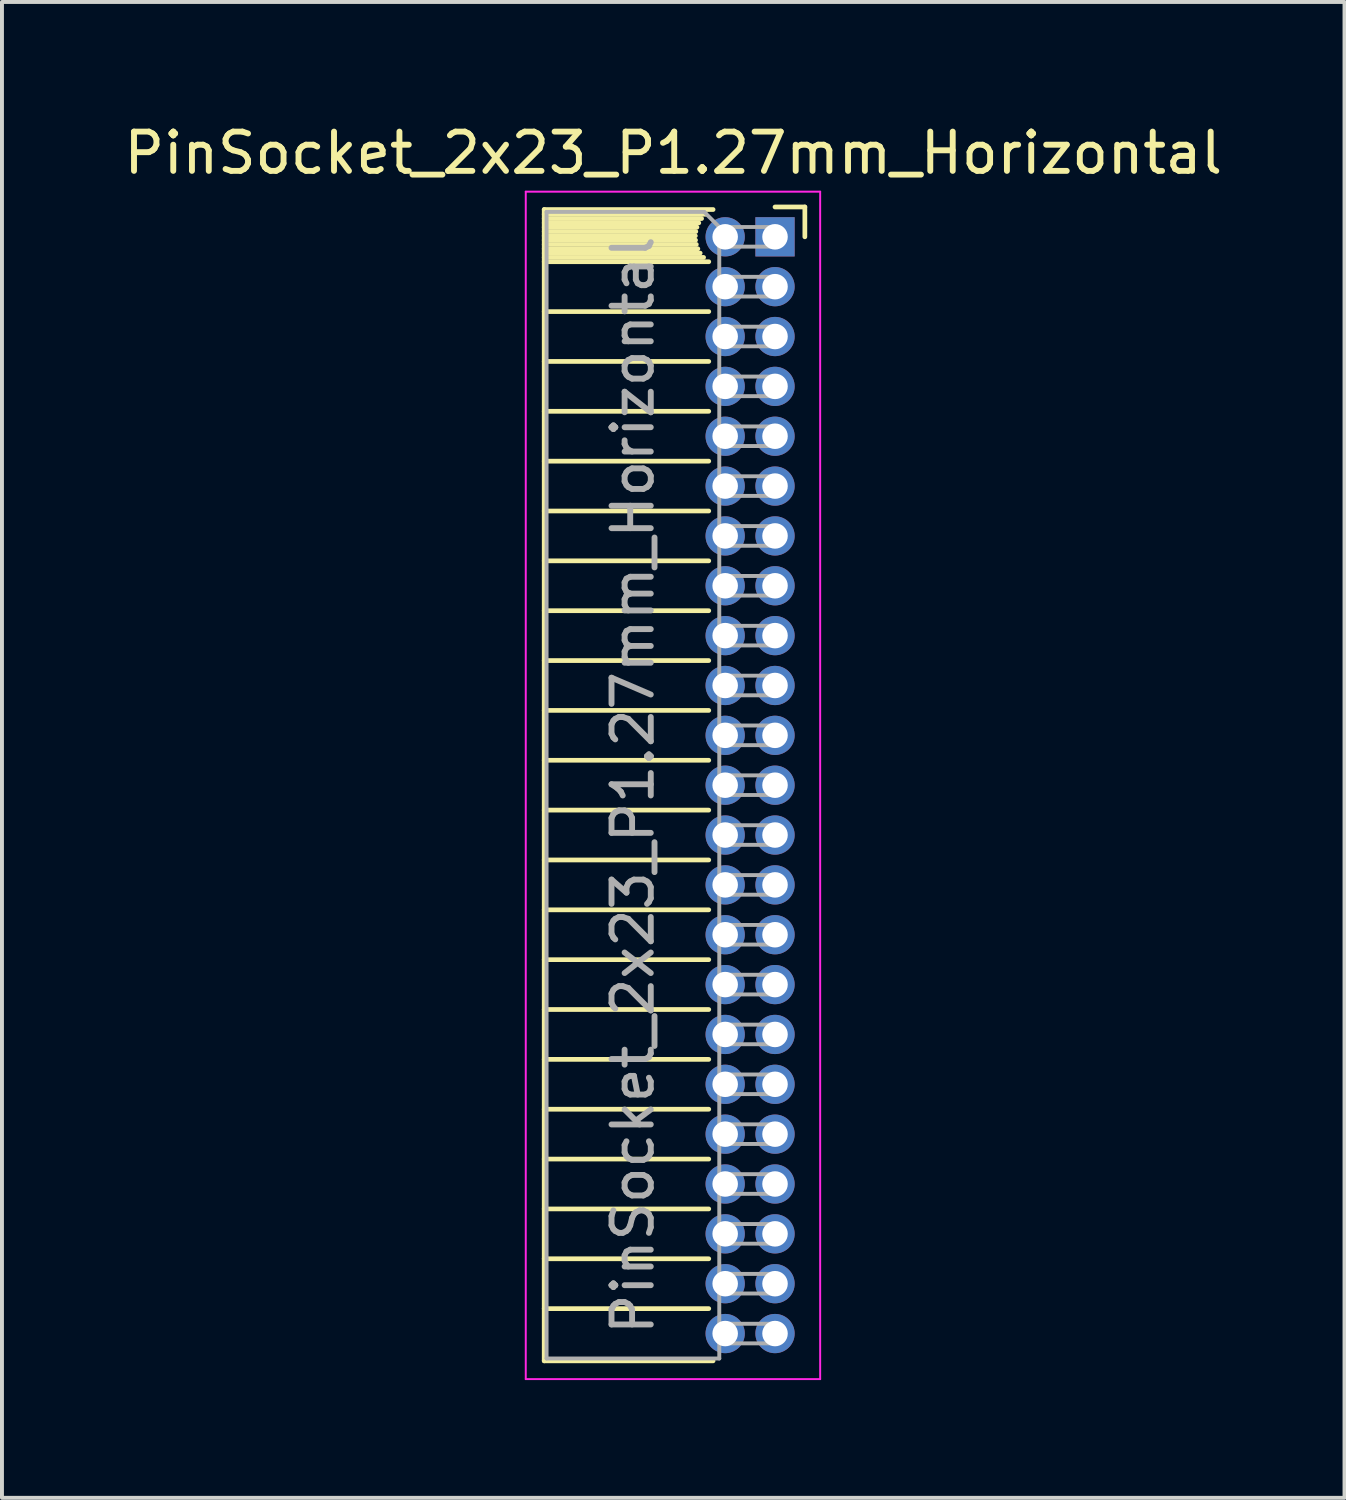
<source format=kicad_pcb>
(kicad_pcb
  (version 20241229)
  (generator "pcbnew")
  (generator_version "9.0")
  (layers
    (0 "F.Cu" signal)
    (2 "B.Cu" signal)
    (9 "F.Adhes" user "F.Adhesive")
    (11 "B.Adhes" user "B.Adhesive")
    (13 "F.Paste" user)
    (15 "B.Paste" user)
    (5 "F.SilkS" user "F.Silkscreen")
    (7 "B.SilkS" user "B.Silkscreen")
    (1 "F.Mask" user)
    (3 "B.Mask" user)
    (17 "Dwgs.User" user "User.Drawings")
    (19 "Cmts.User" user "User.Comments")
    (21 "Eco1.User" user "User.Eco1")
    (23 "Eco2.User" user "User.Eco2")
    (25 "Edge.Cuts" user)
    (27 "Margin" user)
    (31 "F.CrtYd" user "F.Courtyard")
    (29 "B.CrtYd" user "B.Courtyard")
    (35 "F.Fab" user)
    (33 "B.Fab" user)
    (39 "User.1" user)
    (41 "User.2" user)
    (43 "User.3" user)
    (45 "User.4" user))
  (footprint "PinSocket_2x23_P1.27mm_Horizontal"
    (layer "F.Cu")
    (at 16.694 2.983)
    (property "Reference" "PinSocket_2x23_P1.27mm_Horizontal" (at -2.592 -2.135 0) (layer "F.SilkS") (effects (font (size 1 1) (thickness 0.15))))
    (attr through_hole)
    (fp_line (start -5.88 -0.695) (end -5.88 28.635) (stroke (width 0.12) (type solid)) (layer "F.SilkS"))
    (fp_line (start -5.88 -0.695) (end -1.578 -0.695) (stroke (width 0.12) (type solid)) (layer "F.SilkS"))
    (fp_line (start -5.88 -0.575) (end -1.767 -0.575) (stroke (width 0.12) (type solid)) (layer "F.SilkS"))
    (fp_line (start -5.88 -0.465) (end -1.871 -0.465) (stroke (width 0.12) (type solid)) (layer "F.SilkS"))
    (fp_line (start -5.88 -0.355) (end -1.942 -0.355) (stroke (width 0.12) (type solid)) (layer "F.SilkS"))
    (fp_line (start -5.88 -0.245) (end -1.989 -0.245) (stroke (width 0.12) (type solid)) (layer "F.SilkS"))
    (fp_line (start -5.88 -0.135) (end -2.018 -0.135) (stroke (width 0.12) (type solid)) (layer "F.SilkS"))
    (fp_line (start -5.88 -0.025) (end -2.03 -0.025) (stroke (width 0.12) (type solid)) (layer "F.SilkS"))
    (fp_line (start -5.88 0.085) (end -2.025 0.085) (stroke (width 0.12) (type solid)) (layer "F.SilkS"))
    (fp_line (start -5.88 0.195) (end -2.005 0.195) (stroke (width 0.12) (type solid)) (layer "F.SilkS"))
    (fp_line (start -5.88 0.305) (end -1.966 0.305) (stroke (width 0.12) (type solid)) (layer "F.SilkS"))
    (fp_line (start -5.88 0.415) (end -1.907 0.415) (stroke (width 0.12) (type solid)) (layer "F.SilkS"))
    (fp_line (start -5.88 0.525) (end -1.82 0.525) (stroke (width 0.12) (type solid)) (layer "F.SilkS"))
    (fp_line (start -5.88 0.635) (end -1.688 0.635) (stroke (width 0.12) (type solid)) (layer "F.SilkS"))
    (fp_line (start -5.88 1.905) (end -1.688 1.905) (stroke (width 0.12) (type solid)) (layer "F.SilkS"))
    (fp_line (start -5.88 3.175) (end -1.688 3.175) (stroke (width 0.12) (type solid)) (layer "F.SilkS"))
    (fp_line (start -5.88 4.445) (end -1.688 4.445) (stroke (width 0.12) (type solid)) (layer "F.SilkS"))
    (fp_line (start -5.88 5.715) (end -1.688 5.715) (stroke (width 0.12) (type solid)) (layer "F.SilkS"))
    (fp_line (start -5.88 6.985) (end -1.688 6.985) (stroke (width 0.12) (type solid)) (layer "F.SilkS"))
    (fp_line (start -5.88 8.255) (end -1.688 8.255) (stroke (width 0.12) (type solid)) (layer "F.SilkS"))
    (fp_line (start -5.88 9.525) (end -1.688 9.525) (stroke (width 0.12) (type solid)) (layer "F.SilkS"))
    (fp_line (start -5.88 10.795) (end -1.688 10.795) (stroke (width 0.12) (type solid)) (layer "F.SilkS"))
    (fp_line (start -5.88 12.065) (end -1.688 12.065) (stroke (width 0.12) (type solid)) (layer "F.SilkS"))
    (fp_line (start -5.88 13.335) (end -1.688 13.335) (stroke (width 0.12) (type solid)) (layer "F.SilkS"))
    (fp_line (start -5.88 14.605) (end -1.688 14.605) (stroke (width 0.12) (type solid)) (layer "F.SilkS"))
    (fp_line (start -5.88 15.875) (end -1.688 15.875) (stroke (width 0.12) (type solid)) (layer "F.SilkS"))
    (fp_line (start -5.88 17.145) (end -1.688 17.145) (stroke (width 0.12) (type solid)) (layer "F.SilkS"))
    (fp_line (start -5.88 18.415) (end -1.688 18.415) (stroke (width 0.12) (type solid)) (layer "F.SilkS"))
    (fp_line (start -5.88 19.685) (end -1.688 19.685) (stroke (width 0.12) (type solid)) (layer "F.SilkS"))
    (fp_line (start -5.88 20.955) (end -1.688 20.955) (stroke (width 0.12) (type solid)) (layer "F.SilkS"))
    (fp_line (start -5.88 22.225) (end -1.688 22.225) (stroke (width 0.12) (type solid)) (layer "F.SilkS"))
    (fp_line (start -5.88 23.495) (end -1.688 23.495) (stroke (width 0.12) (type solid)) (layer "F.SilkS"))
    (fp_line (start -5.88 24.765) (end -1.688 24.765) (stroke (width 0.12) (type solid)) (layer "F.SilkS"))
    (fp_line (start -5.88 26.035) (end -1.688 26.035) (stroke (width 0.12) (type solid)) (layer "F.SilkS"))
    (fp_line (start -5.88 27.305) (end -1.688 27.305) (stroke (width 0.12) (type solid)) (layer "F.SilkS"))
    (fp_line (start -5.88 28.635) (end -1.578 28.635) (stroke (width 0.12) (type solid)) (layer "F.SilkS"))
    (fp_line (start 0 -0.76) (end 0.76 -0.76) (stroke (width 0.12) (type solid)) (layer "F.SilkS"))
    (fp_line (start 0.76 -0.76) (end 0.76 0) (stroke (width 0.12) (type solid)) (layer "F.SilkS"))
    (fp_line (start -6.35 -1.15) (end -6.35 29.1) (stroke (width 0.05) (type solid)) (layer "F.CrtYd"))
    (fp_line (start -6.35 29.1) (end 1.15 29.1) (stroke (width 0.05) (type solid)) (layer "F.CrtYd"))
    (fp_line (start 1.15 -1.15) (end -6.35 -1.15) (stroke (width 0.05) (type solid)) (layer "F.CrtYd"))
    (fp_line (start 1.15 29.1) (end 1.15 -1.15) (stroke (width 0.05) (type solid)) (layer "F.CrtYd"))
    (fp_line (start -5.82 -0.635) (end -1.805 -0.635) (stroke (width 0.1) (type solid)) (layer "F.Fab"))
    (fp_line (start -5.82 28.575) (end -5.82 -0.635) (stroke (width 0.1) (type solid)) (layer "F.Fab"))
    (fp_line (start -1.805 -0.635) (end -1.42 -0.25) (stroke (width 0.1) (type solid)) (layer "F.Fab"))
    (fp_line (start -1.42 -0.25) (end -1.42 28.575) (stroke (width 0.1) (type solid)) (layer "F.Fab"))
    (fp_line (start -1.42 0.25) (end 0 0.25) (stroke (width 0.1) (type solid)) (layer "F.Fab"))
    (fp_line (start -1.42 1.52) (end 0 1.52) (stroke (width 0.1) (type solid)) (layer "F.Fab"))
    (fp_line (start -1.42 2.79) (end 0 2.79) (stroke (width 0.1) (type solid)) (layer "F.Fab"))
    (fp_line (start -1.42 4.06) (end 0 4.06) (stroke (width 0.1) (type solid)) (layer "F.Fab"))
    (fp_line (start -1.42 5.33) (end 0 5.33) (stroke (width 0.1) (type solid)) (layer "F.Fab"))
    (fp_line (start -1.42 6.6) (end 0 6.6) (stroke (width 0.1) (type solid)) (layer "F.Fab"))
    (fp_line (start -1.42 7.87) (end 0 7.87) (stroke (width 0.1) (type solid)) (layer "F.Fab"))
    (fp_line (start -1.42 9.14) (end 0 9.14) (stroke (width 0.1) (type solid)) (layer "F.Fab"))
    (fp_line (start -1.42 10.41) (end 0 10.41) (stroke (width 0.1) (type solid)) (layer "F.Fab"))
    (fp_line (start -1.42 11.68) (end 0 11.68) (stroke (width 0.1) (type solid)) (layer "F.Fab"))
    (fp_line (start -1.42 12.95) (end 0 12.95) (stroke (width 0.1) (type solid)) (layer "F.Fab"))
    (fp_line (start -1.42 14.22) (end 0 14.22) (stroke (width 0.1) (type solid)) (layer "F.Fab"))
    (fp_line (start -1.42 15.49) (end 0 15.49) (stroke (width 0.1) (type solid)) (layer "F.Fab"))
    (fp_line (start -1.42 16.76) (end 0 16.76) (stroke (width 0.1) (type solid)) (layer "F.Fab"))
    (fp_line (start -1.42 18.03) (end 0 18.03) (stroke (width 0.1) (type solid)) (layer "F.Fab"))
    (fp_line (start -1.42 19.3) (end 0 19.3) (stroke (width 0.1) (type solid)) (layer "F.Fab"))
    (fp_line (start -1.42 20.57) (end 0 20.57) (stroke (width 0.1) (type solid)) (layer "F.Fab"))
    (fp_line (start -1.42 21.84) (end 0 21.84) (stroke (width 0.1) (type solid)) (layer "F.Fab"))
    (fp_line (start -1.42 23.11) (end 0 23.11) (stroke (width 0.1) (type solid)) (layer "F.Fab"))
    (fp_line (start -1.42 24.38) (end 0 24.38) (stroke (width 0.1) (type solid)) (layer "F.Fab"))
    (fp_line (start -1.42 25.65) (end 0 25.65) (stroke (width 0.1) (type solid)) (layer "F.Fab"))
    (fp_line (start -1.42 26.92) (end 0 26.92) (stroke (width 0.1) (type solid)) (layer "F.Fab"))
    (fp_line (start -1.42 28.19) (end 0 28.19) (stroke (width 0.1) (type solid)) (layer "F.Fab"))
    (fp_line (start -1.42 28.575) (end -5.82 28.575) (stroke (width 0.1) (type solid)) (layer "F.Fab"))
    (fp_line (start 0 -0.25) (end -1.42 -0.25) (stroke (width 0.1) (type solid)) (layer "F.Fab"))
    (fp_line (start 0 0.25) (end 0 -0.25) (stroke (width 0.1) (type solid)) (layer "F.Fab"))
    (fp_line (start 0 1.02) (end -1.42 1.02) (stroke (width 0.1) (type solid)) (layer "F.Fab"))
    (fp_line (start 0 1.52) (end 0 1.02) (stroke (width 0.1) (type solid)) (layer "F.Fab"))
    (fp_line (start 0 2.29) (end -1.42 2.29) (stroke (width 0.1) (type solid)) (layer "F.Fab"))
    (fp_line (start 0 2.79) (end 0 2.29) (stroke (width 0.1) (type solid)) (layer "F.Fab"))
    (fp_line (start 0 3.56) (end -1.42 3.56) (stroke (width 0.1) (type solid)) (layer "F.Fab"))
    (fp_line (start 0 4.06) (end 0 3.56) (stroke (width 0.1) (type solid)) (layer "F.Fab"))
    (fp_line (start 0 4.83) (end -1.42 4.83) (stroke (width 0.1) (type solid)) (layer "F.Fab"))
    (fp_line (start 0 5.33) (end 0 4.83) (stroke (width 0.1) (type solid)) (layer "F.Fab"))
    (fp_line (start 0 6.1) (end -1.42 6.1) (stroke (width 0.1) (type solid)) (layer "F.Fab"))
    (fp_line (start 0 6.6) (end 0 6.1) (stroke (width 0.1) (type solid)) (layer "F.Fab"))
    (fp_line (start 0 7.37) (end -1.42 7.37) (stroke (width 0.1) (type solid)) (layer "F.Fab"))
    (fp_line (start 0 7.87) (end 0 7.37) (stroke (width 0.1) (type solid)) (layer "F.Fab"))
    (fp_line (start 0 8.64) (end -1.42 8.64) (stroke (width 0.1) (type solid)) (layer "F.Fab"))
    (fp_line (start 0 9.14) (end 0 8.64) (stroke (width 0.1) (type solid)) (layer "F.Fab"))
    (fp_line (start 0 9.91) (end -1.42 9.91) (stroke (width 0.1) (type solid)) (layer "F.Fab"))
    (fp_line (start 0 10.41) (end 0 9.91) (stroke (width 0.1) (type solid)) (layer "F.Fab"))
    (fp_line (start 0 11.18) (end -1.42 11.18) (stroke (width 0.1) (type solid)) (layer "F.Fab"))
    (fp_line (start 0 11.68) (end 0 11.18) (stroke (width 0.1) (type solid)) (layer "F.Fab"))
    (fp_line (start 0 12.45) (end -1.42 12.45) (stroke (width 0.1) (type solid)) (layer "F.Fab"))
    (fp_line (start 0 12.95) (end 0 12.45) (stroke (width 0.1) (type solid)) (layer "F.Fab"))
    (fp_line (start 0 13.72) (end -1.42 13.72) (stroke (width 0.1) (type solid)) (layer "F.Fab"))
    (fp_line (start 0 14.22) (end 0 13.72) (stroke (width 0.1) (type solid)) (layer "F.Fab"))
    (fp_line (start 0 14.99) (end -1.42 14.99) (stroke (width 0.1) (type solid)) (layer "F.Fab"))
    (fp_line (start 0 15.49) (end 0 14.99) (stroke (width 0.1) (type solid)) (layer "F.Fab"))
    (fp_line (start 0 16.26) (end -1.42 16.26) (stroke (width 0.1) (type solid)) (layer "F.Fab"))
    (fp_line (start 0 16.76) (end 0 16.26) (stroke (width 0.1) (type solid)) (layer "F.Fab"))
    (fp_line (start 0 17.53) (end -1.42 17.53) (stroke (width 0.1) (type solid)) (layer "F.Fab"))
    (fp_line (start 0 18.03) (end 0 17.53) (stroke (width 0.1) (type solid)) (layer "F.Fab"))
    (fp_line (start 0 18.8) (end -1.42 18.8) (stroke (width 0.1) (type solid)) (layer "F.Fab"))
    (fp_line (start 0 19.3) (end 0 18.8) (stroke (width 0.1) (type solid)) (layer "F.Fab"))
    (fp_line (start 0 20.07) (end -1.42 20.07) (stroke (width 0.1) (type solid)) (layer "F.Fab"))
    (fp_line (start 0 20.57) (end 0 20.07) (stroke (width 0.1) (type solid)) (layer "F.Fab"))
    (fp_line (start 0 21.34) (end -1.42 21.34) (stroke (width 0.1) (type solid)) (layer "F.Fab"))
    (fp_line (start 0 21.84) (end 0 21.34) (stroke (width 0.1) (type solid)) (layer "F.Fab"))
    (fp_line (start 0 22.61) (end -1.42 22.61) (stroke (width 0.1) (type solid)) (layer "F.Fab"))
    (fp_line (start 0 23.11) (end 0 22.61) (stroke (width 0.1) (type solid)) (layer "F.Fab"))
    (fp_line (start 0 23.88) (end -1.42 23.88) (stroke (width 0.1) (type solid)) (layer "F.Fab"))
    (fp_line (start 0 24.38) (end 0 23.88) (stroke (width 0.1) (type solid)) (layer "F.Fab"))
    (fp_line (start 0 25.15) (end -1.42 25.15) (stroke (width 0.1) (type solid)) (layer "F.Fab"))
    (fp_line (start 0 25.65) (end 0 25.15) (stroke (width 0.1) (type solid)) (layer "F.Fab"))
    (fp_line (start 0 26.42) (end -1.42 26.42) (stroke (width 0.1) (type solid)) (layer "F.Fab"))
    (fp_line (start 0 26.92) (end 0 26.42) (stroke (width 0.1) (type solid)) (layer "F.Fab"))
    (fp_line (start 0 27.69) (end -1.42 27.69) (stroke (width 0.1) (type solid)) (layer "F.Fab"))
    (fp_line (start 0 28.19) (end 0 27.69) (stroke (width 0.1) (type solid)) (layer "F.Fab"))
    (fp_text user "${REFERENCE}" (at -3.62 13.97 90) (layer "F.Fab") (effects (font (size 1 1) (thickness 0.15))))
    (pad "1" thru_hole rect (at 0 0) (size 1 1) (drill 0.65) (layers "*.Cu" "*.Mask"))
    (pad "2" thru_hole oval (at -1.27 0) (size 1 1) (drill 0.65) (layers "*.Cu" "*.Mask"))
    (pad "3" thru_hole oval (at 0 1.27) (size 1 1) (drill 0.65) (layers "*.Cu" "*.Mask"))
    (pad "4" thru_hole oval (at -1.27 1.27) (size 1 1) (drill 0.65) (layers "*.Cu" "*.Mask"))
    (pad "5" thru_hole oval (at 0 2.54) (size 1 1) (drill 0.65) (layers "*.Cu" "*.Mask"))
    (pad "6" thru_hole oval (at -1.27 2.54) (size 1 1) (drill 0.65) (layers "*.Cu" "*.Mask"))
    (pad "7" thru_hole oval (at 0 3.81) (size 1 1) (drill 0.65) (layers "*.Cu" "*.Mask"))
    (pad "8" thru_hole oval (at -1.27 3.81) (size 1 1) (drill 0.65) (layers "*.Cu" "*.Mask"))
    (pad "9" thru_hole oval (at 0 5.08) (size 1 1) (drill 0.65) (layers "*.Cu" "*.Mask"))
    (pad "10" thru_hole oval (at -1.27 5.08) (size 1 1) (drill 0.65) (layers "*.Cu" "*.Mask"))
    (pad "11" thru_hole oval (at 0 6.35) (size 1 1) (drill 0.65) (layers "*.Cu" "*.Mask"))
    (pad "12" thru_hole oval (at -1.27 6.35) (size 1 1) (drill 0.65) (layers "*.Cu" "*.Mask"))
    (pad "13" thru_hole oval (at 0 7.62) (size 1 1) (drill 0.65) (layers "*.Cu" "*.Mask"))
    (pad "14" thru_hole oval (at -1.27 7.62) (size 1 1) (drill 0.65) (layers "*.Cu" "*.Mask"))
    (pad "15" thru_hole oval (at 0 8.89) (size 1 1) (drill 0.65) (layers "*.Cu" "*.Mask"))
    (pad "16" thru_hole oval (at -1.27 8.89) (size 1 1) (drill 0.65) (layers "*.Cu" "*.Mask"))
    (pad "17" thru_hole oval (at 0 10.16) (size 1 1) (drill 0.65) (layers "*.Cu" "*.Mask"))
    (pad "18" thru_hole oval (at -1.27 10.16) (size 1 1) (drill 0.65) (layers "*.Cu" "*.Mask"))
    (pad "19" thru_hole oval (at 0 11.43) (size 1 1) (drill 0.65) (layers "*.Cu" "*.Mask"))
    (pad "20" thru_hole oval (at -1.27 11.43) (size 1 1) (drill 0.65) (layers "*.Cu" "*.Mask"))
    (pad "21" thru_hole oval (at 0 12.7) (size 1 1) (drill 0.65) (layers "*.Cu" "*.Mask"))
    (pad "22" thru_hole oval (at -1.27 12.7) (size 1 1) (drill 0.65) (layers "*.Cu" "*.Mask"))
    (pad "23" thru_hole oval (at 0 13.97) (size 1 1) (drill 0.65) (layers "*.Cu" "*.Mask"))
    (pad "24" thru_hole oval (at -1.27 13.97) (size 1 1) (drill 0.65) (layers "*.Cu" "*.Mask"))
    (pad "25" thru_hole oval (at 0 15.24) (size 1 1) (drill 0.65) (layers "*.Cu" "*.Mask"))
    (pad "26" thru_hole oval (at -1.27 15.24) (size 1 1) (drill 0.65) (layers "*.Cu" "*.Mask"))
    (pad "27" thru_hole oval (at 0 16.51) (size 1 1) (drill 0.65) (layers "*.Cu" "*.Mask"))
    (pad "28" thru_hole oval (at -1.27 16.51) (size 1 1) (drill 0.65) (layers "*.Cu" "*.Mask"))
    (pad "29" thru_hole oval (at 0 17.78) (size 1 1) (drill 0.65) (layers "*.Cu" "*.Mask"))
    (pad "30" thru_hole oval (at -1.27 17.78) (size 1 1) (drill 0.65) (layers "*.Cu" "*.Mask"))
    (pad "31" thru_hole oval (at 0 19.05) (size 1 1) (drill 0.65) (layers "*.Cu" "*.Mask"))
    (pad "32" thru_hole oval (at -1.27 19.05) (size 1 1) (drill 0.65) (layers "*.Cu" "*.Mask"))
    (pad "33" thru_hole oval (at 0 20.32) (size 1 1) (drill 0.65) (layers "*.Cu" "*.Mask"))
    (pad "34" thru_hole oval (at -1.27 20.32) (size 1 1) (drill 0.65) (layers "*.Cu" "*.Mask"))
    (pad "35" thru_hole oval (at 0 21.59) (size 1 1) (drill 0.65) (layers "*.Cu" "*.Mask"))
    (pad "36" thru_hole oval (at -1.27 21.59) (size 1 1) (drill 0.65) (layers "*.Cu" "*.Mask"))
    (pad "37" thru_hole oval (at 0 22.86) (size 1 1) (drill 0.65) (layers "*.Cu" "*.Mask"))
    (pad "38" thru_hole oval (at -1.27 22.86) (size 1 1) (drill 0.65) (layers "*.Cu" "*.Mask"))
    (pad "39" thru_hole oval (at 0 24.13) (size 1 1) (drill 0.65) (layers "*.Cu" "*.Mask"))
    (pad "40" thru_hole oval (at -1.27 24.13) (size 1 1) (drill 0.65) (layers "*.Cu" "*.Mask"))
    (pad "41" thru_hole oval (at 0 25.4) (size 1 1) (drill 0.65) (layers "*.Cu" "*.Mask"))
    (pad "42" thru_hole oval (at -1.27 25.4) (size 1 1) (drill 0.65) (layers "*.Cu" "*.Mask"))
    (pad "43" thru_hole oval (at 0 26.67) (size 1 1) (drill 0.65) (layers "*.Cu" "*.Mask"))
    (pad "44" thru_hole oval (at -1.27 26.67) (size 1 1) (drill 0.65) (layers "*.Cu" "*.Mask"))
    (pad "45" thru_hole oval (at 0 27.94) (size 1 1) (drill 0.65) (layers "*.Cu" "*.Mask"))
    (pad "46" thru_hole oval (at -1.27 27.94) (size 1 1) (drill 0.65) (layers "*.Cu" "*.Mask")))
  (gr_rect
    (start -3 -3)
    (end 31.202 35.108)
    (stroke (width 0.1) (type default))
    (fill no)
    (layer "Edge.Cuts")))
</source>
